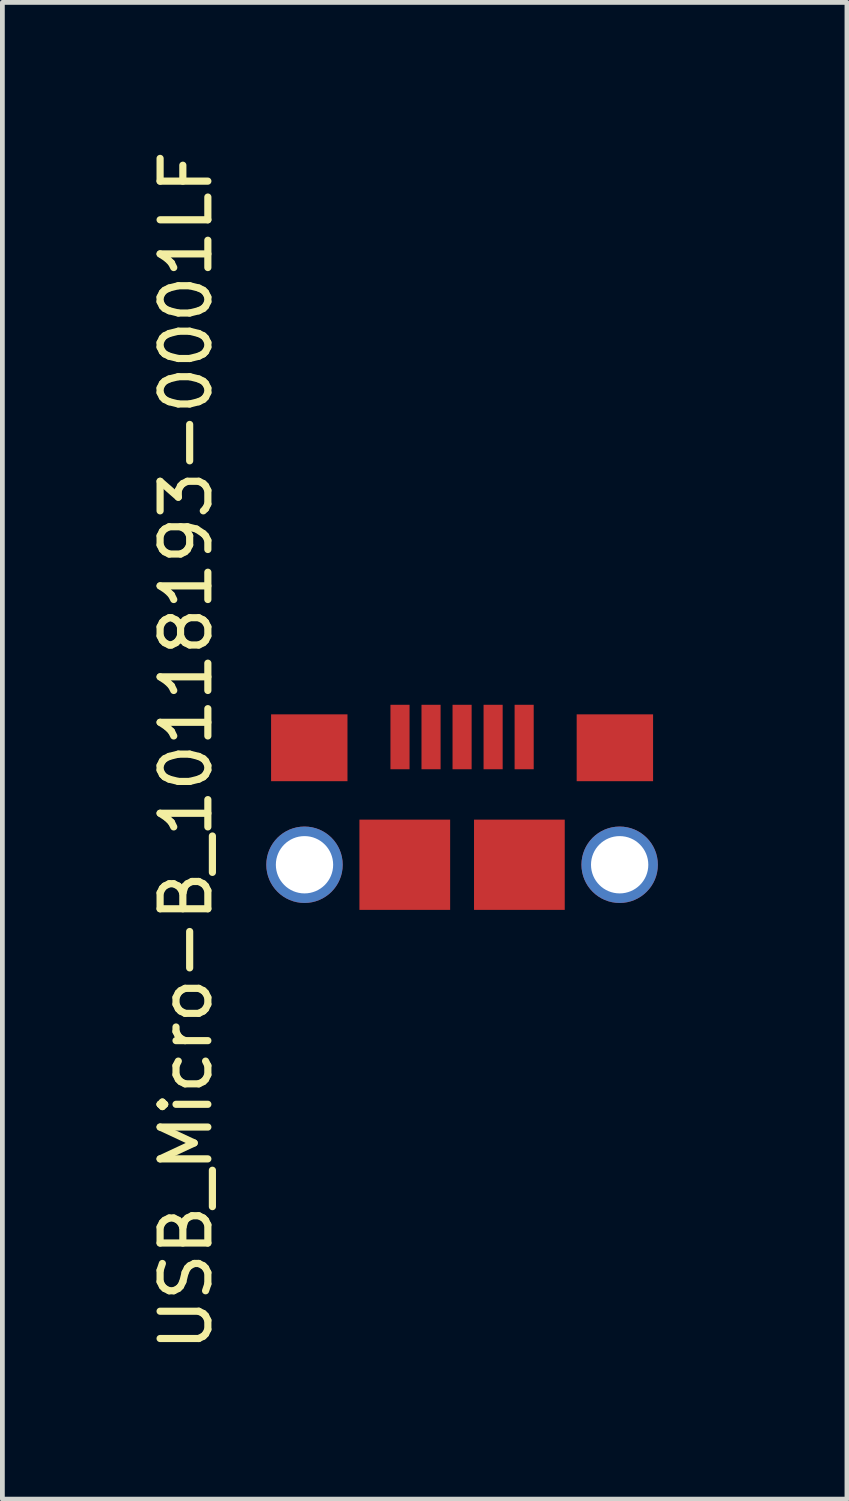
<source format=kicad_pcb>
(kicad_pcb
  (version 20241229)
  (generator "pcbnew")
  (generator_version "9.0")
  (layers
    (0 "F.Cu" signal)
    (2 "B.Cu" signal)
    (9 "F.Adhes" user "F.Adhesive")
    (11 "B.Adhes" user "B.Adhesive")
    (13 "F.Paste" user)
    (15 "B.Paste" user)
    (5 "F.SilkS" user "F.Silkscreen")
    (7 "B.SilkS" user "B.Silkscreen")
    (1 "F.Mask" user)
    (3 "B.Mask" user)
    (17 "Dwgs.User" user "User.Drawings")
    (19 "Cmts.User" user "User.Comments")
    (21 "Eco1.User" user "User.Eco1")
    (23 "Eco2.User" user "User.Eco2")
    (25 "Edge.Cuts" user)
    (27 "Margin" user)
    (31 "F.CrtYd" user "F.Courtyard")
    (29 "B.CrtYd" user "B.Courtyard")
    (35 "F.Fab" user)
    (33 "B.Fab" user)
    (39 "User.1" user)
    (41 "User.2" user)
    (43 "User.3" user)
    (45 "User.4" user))
  (footprint "USB_Micro-B_10118193-0001LF"
    (layer "F.Cu")
    (at 6.627 15.06)
    (property "Reference" "USB_Micro-B_10118193-0001LF" (at -5.779 -2.388 270) (layer "F.SilkS") (effects (font (size 1 1) (thickness 0.15))))
    (attr smd)
    (fp_line (start -5 -5) (end 5 -5) (stroke (width 0.12) (type solid)) (layer "Eco1.User"))
    (fp_line (start -5 1.45) (end -5 -5) (stroke (width 0.12) (type solid)) (layer "Eco1.User"))
    (fp_line (start 5 -5) (end 5 1.45) (stroke (width 0.12) (type solid)) (layer "Eco1.User"))
    (fp_line (start 5 1.45) (end -5 1.45) (stroke (width 0.12) (type solid)) (layer "Eco1.User"))
    (pad "1" smd rect (at -1.3 -2.675 90) (size 1.35 0.4) (layers "F.Cu" "F.Mask" "F.Paste"))
    (pad "2" smd rect (at -0.65 -2.675 90) (size 1.35 0.4) (layers "F.Cu" "F.Mask" "F.Paste"))
    (pad "3" smd rect (at 0 -2.675 90) (size 1.35 0.4) (layers "F.Cu" "F.Mask" "F.Paste"))
    (pad "4" smd rect (at 0.65 -2.675 90) (size 1.35 0.4) (layers "F.Cu" "F.Mask" "F.Paste"))
    (pad "5" smd rect (at 1.3 -2.675 90) (size 1.35 0.4) (layers "F.Cu" "F.Mask" "F.Paste"))
    (pad "6" thru_hole circle (at -3.3 0 90) (size 1.6 1.6) (drill 1.2) (layers "*.Cu" "*.Mask"))
    (pad "6" smd rect (at -3.2 -2.45 90) (size 1.4 1.6) (layers "F.Cu" "F.Mask" "F.Paste"))
    (pad "6" smd rect (at -1.2 0 90) (size 1.89 1.9) (layers "F.Cu" "F.Mask" "F.Paste"))
    (pad "6" smd rect (at 1.2 0 90) (size 1.89 1.9) (layers "F.Cu" "F.Mask" "F.Paste"))
    (pad "6" smd rect (at 3.2 -2.45 90) (size 1.4 1.6) (layers "F.Cu" "F.Mask" "F.Paste"))
    (pad "6" thru_hole circle (at 3.3 0 90) (size 1.6 1.6) (drill 1.2) (layers "*.Cu" "*.Mask")))
  (gr_rect
    (start -3 -3)
    (end 14.687 28.345)
    (stroke (width 0.1) (type default))
    (fill no)
    (layer "Edge.Cuts")))
</source>
